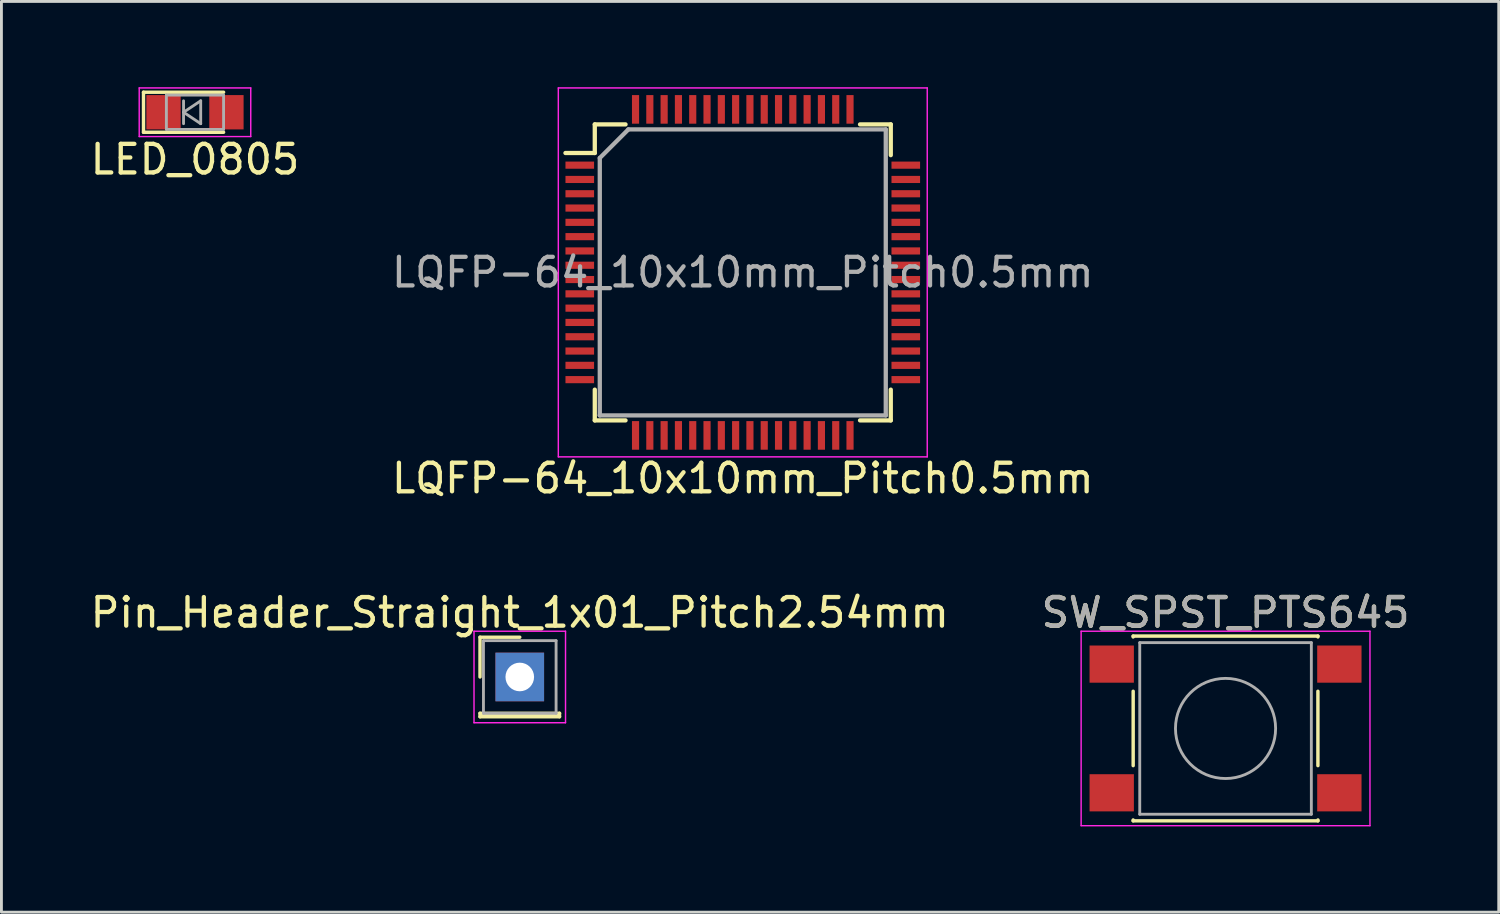
<source format=kicad_pcb>
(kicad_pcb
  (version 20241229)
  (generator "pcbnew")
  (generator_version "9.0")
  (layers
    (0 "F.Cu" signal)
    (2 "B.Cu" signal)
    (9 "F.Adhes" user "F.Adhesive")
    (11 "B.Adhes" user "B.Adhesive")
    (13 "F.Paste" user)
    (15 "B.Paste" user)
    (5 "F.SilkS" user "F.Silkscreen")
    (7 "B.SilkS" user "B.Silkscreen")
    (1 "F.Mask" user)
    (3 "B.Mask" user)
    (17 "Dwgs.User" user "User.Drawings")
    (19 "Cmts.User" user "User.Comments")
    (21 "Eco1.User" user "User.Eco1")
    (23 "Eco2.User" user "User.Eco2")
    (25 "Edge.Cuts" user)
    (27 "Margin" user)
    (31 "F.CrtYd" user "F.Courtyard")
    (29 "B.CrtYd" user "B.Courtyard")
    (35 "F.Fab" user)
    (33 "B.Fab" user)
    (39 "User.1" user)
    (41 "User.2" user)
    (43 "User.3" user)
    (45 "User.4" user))
  (footprint "LED_0805"
    (layer "F.Cu")
    (at 3.768 0.875)
    (property "Reference" "LED_0805" (at 0 1.65 0) (layer "F.SilkS") (effects (font (size 1 1) (thickness 0.15))))
    (attr smd)
    (fp_line (start -1.8 -0.7) (end -1.8 0.7) (stroke (width 0.12) (type solid)) (layer "F.SilkS"))
    (fp_line (start -1.8 -0.7) (end 1 -0.7) (stroke (width 0.12) (type solid)) (layer "F.SilkS"))
    (fp_line (start -1.8 0.7) (end 1 0.7) (stroke (width 0.12) (type solid)) (layer "F.SilkS"))
    (fp_line (start -1.95 -0.85) (end 1.95 -0.85) (stroke (width 0.05) (type solid)) (layer "F.CrtYd"))
    (fp_line (start -1.95 0.85) (end -1.95 -0.85) (stroke (width 0.05) (type solid)) (layer "F.CrtYd"))
    (fp_line (start 1.95 -0.85) (end 1.95 0.85) (stroke (width 0.05) (type solid)) (layer "F.CrtYd"))
    (fp_line (start 1.95 0.85) (end -1.95 0.85) (stroke (width 0.05) (type solid)) (layer "F.CrtYd"))
    (fp_line (start -1 -0.6) (end 1 -0.6) (stroke (width 0.1) (type solid)) (layer "F.Fab"))
    (fp_line (start -1 0.6) (end -1 -0.6) (stroke (width 0.1) (type solid)) (layer "F.Fab"))
    (fp_line (start -0.4 -0.4) (end -0.4 0.4) (stroke (width 0.1) (type solid)) (layer "F.Fab"))
    (fp_line (start -0.4 0) (end 0.2 -0.4) (stroke (width 0.1) (type solid)) (layer "F.Fab"))
    (fp_line (start 0.2 -0.4) (end 0.2 0.4) (stroke (width 0.1) (type solid)) (layer "F.Fab"))
    (fp_line (start 0.2 0.4) (end -0.4 0) (stroke (width 0.1) (type solid)) (layer "F.Fab"))
    (fp_line (start 1 -0.6) (end 1 0.6) (stroke (width 0.1) (type solid)) (layer "F.Fab"))
    (fp_line (start 1 0.6) (end -1 0.6) (stroke (width 0.1) (type solid)) (layer "F.Fab"))
    (pad "1" smd rect (at -1.1 0 180) (size 1.2 1.2) (layers "F.Cu" "F.Mask" "F.Paste"))
    (pad "2" smd rect (at 1.1 0 180) (size 1.2 1.2) (layers "F.Cu" "F.Mask" "F.Paste")))
  (footprint "SW_SPST_PTS645"
    (layer "F.Cu")
    (at 39.804 22.422)
    (property "Reference" "SW_SPST_PTS645" (at 0 -4.05 0) (layer "F.SilkS") (effects (font (size 1 1) (thickness 0.15))))
    (attr smd)
    (fp_line (start -3.23 -3.23) (end 3.23 -3.23) (stroke (width 0.12) (type solid)) (layer "F.SilkS"))
    (fp_line (start -3.23 -3.2) (end -3.23 -3.23) (stroke (width 0.12) (type solid)) (layer "F.SilkS"))
    (fp_line (start -3.23 -1.3) (end -3.23 1.3) (stroke (width 0.12) (type solid)) (layer "F.SilkS"))
    (fp_line (start -3.23 3.23) (end -3.23 3.2) (stroke (width 0.12) (type solid)) (layer "F.SilkS"))
    (fp_line (start -3.23 3.23) (end 3.23 3.23) (stroke (width 0.12) (type solid)) (layer "F.SilkS"))
    (fp_line (start 3.23 -3.23) (end 3.23 -3.2) (stroke (width 0.12) (type solid)) (layer "F.SilkS"))
    (fp_line (start 3.23 -1.3) (end 3.23 1.3) (stroke (width 0.12) (type solid)) (layer "F.SilkS"))
    (fp_line (start 3.23 3.23) (end 3.23 3.2) (stroke (width 0.12) (type solid)) (layer "F.SilkS"))
    (fp_line (start -5.05 -3.4) (end -5.05 3.4) (stroke (width 0.05) (type solid)) (layer "F.CrtYd"))
    (fp_line (start -5.05 -3.4) (end 5.05 -3.4) (stroke (width 0.05) (type solid)) (layer "F.CrtYd"))
    (fp_line (start -5.05 3.4) (end 5.05 3.4) (stroke (width 0.05) (type solid)) (layer "F.CrtYd"))
    (fp_line (start 5.05 3.4) (end 5.05 -3.4) (stroke (width 0.05) (type solid)) (layer "F.CrtYd"))
    (fp_line (start -3 -3) (end -3 3) (stroke (width 0.1) (type solid)) (layer "F.Fab"))
    (fp_line (start -3 3) (end 3 3) (stroke (width 0.1) (type solid)) (layer "F.Fab"))
    (fp_line (start 3 -3) (end -3 -3) (stroke (width 0.1) (type solid)) (layer "F.Fab"))
    (fp_line (start 3 3) (end 3 -3) (stroke (width 0.1) (type solid)) (layer "F.Fab"))
    (fp_circle (center 0 0) (end 1.75 -0.05) (stroke (width 0.1) (type solid)) (fill no) (layer "F.Fab"))
    (fp_text user "${REFERENCE}" (at 0 -4.05 0) (layer "F.Fab") (effects (font (size 1 1) (thickness 0.15))))
    (pad "1" smd rect (at -3.98 -2.25) (size 1.55 1.3) (layers "F.Cu" "F.Mask" "F.Paste"))
    (pad "1" smd rect (at 3.98 -2.25) (size 1.55 1.3) (layers "F.Cu" "F.Mask" "F.Paste"))
    (pad "2" smd rect (at -3.98 2.25) (size 1.55 1.3) (layers "F.Cu" "F.Mask" "F.Paste"))
    (pad "2" smd rect (at 3.98 2.25) (size 1.55 1.3) (layers "F.Cu" "F.Mask" "F.Paste")))
  (footprint "LQFP-64_10x10mm_Pitch0.5mm"
    (layer "F.Cu")
    (at 22.923 6.475)
    (property "Reference" "LQFP-64_10x10mm_Pitch0.5mm" (at 0 7.2 0) (layer "F.SilkS") (effects (font (size 1 1) (thickness 0.15))))
    (attr smd)
    (fp_line (start -5.175 -5.175) (end -5.175 -4.175) (stroke (width 0.15) (type solid)) (layer "F.SilkS"))
    (fp_line (start -5.175 -5.175) (end -4.1 -5.175) (stroke (width 0.15) (type solid)) (layer "F.SilkS"))
    (fp_line (start -5.175 -4.175) (end -6.2 -4.175) (stroke (width 0.15) (type solid)) (layer "F.SilkS"))
    (fp_line (start -5.175 5.175) (end -5.175 4.1) (stroke (width 0.15) (type solid)) (layer "F.SilkS"))
    (fp_line (start -5.175 5.175) (end -4.1 5.175) (stroke (width 0.15) (type solid)) (layer "F.SilkS"))
    (fp_line (start 5.175 -5.175) (end 4.1 -5.175) (stroke (width 0.15) (type solid)) (layer "F.SilkS"))
    (fp_line (start 5.175 -5.175) (end 5.175 -4.1) (stroke (width 0.15) (type solid)) (layer "F.SilkS"))
    (fp_line (start 5.175 5.175) (end 4.1 5.175) (stroke (width 0.15) (type solid)) (layer "F.SilkS"))
    (fp_line (start 5.175 5.175) (end 5.175 4.1) (stroke (width 0.15) (type solid)) (layer "F.SilkS"))
    (fp_line (start -6.45 -6.45) (end -6.45 6.45) (stroke (width 0.05) (type solid)) (layer "F.CrtYd"))
    (fp_line (start -6.45 -6.45) (end 6.45 -6.45) (stroke (width 0.05) (type solid)) (layer "F.CrtYd"))
    (fp_line (start -6.45 6.45) (end 6.45 6.45) (stroke (width 0.05) (type solid)) (layer "F.CrtYd"))
    (fp_line (start 6.45 -6.45) (end 6.45 6.45) (stroke (width 0.05) (type solid)) (layer "F.CrtYd"))
    (fp_line (start -5 -4) (end -4 -5) (stroke (width 0.15) (type solid)) (layer "F.Fab"))
    (fp_line (start -5 5) (end -5 -4) (stroke (width 0.15) (type solid)) (layer "F.Fab"))
    (fp_line (start -4 -5) (end 5 -5) (stroke (width 0.15) (type solid)) (layer "F.Fab"))
    (fp_line (start 5 -5) (end 5 5) (stroke (width 0.15) (type solid)) (layer "F.Fab"))
    (fp_line (start 5 5) (end -5 5) (stroke (width 0.15) (type solid)) (layer "F.Fab"))
    (fp_text user "${REFERENCE}" (at 0 0 0) (layer "F.Fab") (effects (font (size 1 1) (thickness 0.15))))
    (pad "1" smd rect (at -5.7 -3.75) (size 1 0.25) (layers "F.Cu" "F.Mask" "F.Paste"))
    (pad "2" smd rect (at -5.7 -3.25) (size 1 0.25) (layers "F.Cu" "F.Mask" "F.Paste"))
    (pad "3" smd rect (at -5.7 -2.75) (size 1 0.25) (layers "F.Cu" "F.Mask" "F.Paste"))
    (pad "4" smd rect (at -5.7 -2.25) (size 1 0.25) (layers "F.Cu" "F.Mask" "F.Paste"))
    (pad "5" smd rect (at -5.7 -1.75) (size 1 0.25) (layers "F.Cu" "F.Mask" "F.Paste"))
    (pad "6" smd rect (at -5.7 -1.25) (size 1 0.25) (layers "F.Cu" "F.Mask" "F.Paste"))
    (pad "7" smd rect (at -5.7 -0.75) (size 1 0.25) (layers "F.Cu" "F.Mask" "F.Paste"))
    (pad "8" smd rect (at -5.7 -0.25) (size 1 0.25) (layers "F.Cu" "F.Mask" "F.Paste"))
    (pad "9" smd rect (at -5.7 0.25) (size 1 0.25) (layers "F.Cu" "F.Mask" "F.Paste"))
    (pad "10" smd rect (at -5.7 0.75) (size 1 0.25) (layers "F.Cu" "F.Mask" "F.Paste"))
    (pad "11" smd rect (at -5.7 1.25) (size 1 0.25) (layers "F.Cu" "F.Mask" "F.Paste"))
    (pad "12" smd rect (at -5.7 1.75) (size 1 0.25) (layers "F.Cu" "F.Mask" "F.Paste"))
    (pad "13" smd rect (at -5.7 2.25) (size 1 0.25) (layers "F.Cu" "F.Mask" "F.Paste"))
    (pad "14" smd rect (at -5.7 2.75) (size 1 0.25) (layers "F.Cu" "F.Mask" "F.Paste"))
    (pad "15" smd rect (at -5.7 3.25) (size 1 0.25) (layers "F.Cu" "F.Mask" "F.Paste"))
    (pad "16" smd rect (at -5.7 3.75) (size 1 0.25) (layers "F.Cu" "F.Mask" "F.Paste"))
    (pad "17" smd rect (at -3.75 5.7 90) (size 1 0.25) (layers "F.Cu" "F.Mask" "F.Paste"))
    (pad "18" smd rect (at -3.25 5.7 90) (size 1 0.25) (layers "F.Cu" "F.Mask" "F.Paste"))
    (pad "19" smd rect (at -2.75 5.7 90) (size 1 0.25) (layers "F.Cu" "F.Mask" "F.Paste"))
    (pad "20" smd rect (at -2.25 5.7 90) (size 1 0.25) (layers "F.Cu" "F.Mask" "F.Paste"))
    (pad "21" smd rect (at -1.75 5.7 90) (size 1 0.25) (layers "F.Cu" "F.Mask" "F.Paste"))
    (pad "22" smd rect (at -1.25 5.7 90) (size 1 0.25) (layers "F.Cu" "F.Mask" "F.Paste"))
    (pad "23" smd rect (at -0.75 5.7 90) (size 1 0.25) (layers "F.Cu" "F.Mask" "F.Paste"))
    (pad "24" smd rect (at -0.25 5.7 90) (size 1 0.25) (layers "F.Cu" "F.Mask" "F.Paste"))
    (pad "25" smd rect (at 0.25 5.7 90) (size 1 0.25) (layers "F.Cu" "F.Mask" "F.Paste"))
    (pad "26" smd rect (at 0.75 5.7 90) (size 1 0.25) (layers "F.Cu" "F.Mask" "F.Paste"))
    (pad "27" smd rect (at 1.25 5.7 90) (size 1 0.25) (layers "F.Cu" "F.Mask" "F.Paste"))
    (pad "28" smd rect (at 1.75 5.7 90) (size 1 0.25) (layers "F.Cu" "F.Mask" "F.Paste"))
    (pad "29" smd rect (at 2.25 5.7 90) (size 1 0.25) (layers "F.Cu" "F.Mask" "F.Paste"))
    (pad "30" smd rect (at 2.75 5.7 90) (size 1 0.25) (layers "F.Cu" "F.Mask" "F.Paste"))
    (pad "31" smd rect (at 3.25 5.7 90) (size 1 0.25) (layers "F.Cu" "F.Mask" "F.Paste"))
    (pad "32" smd rect (at 3.75 5.7 90) (size 1 0.25) (layers "F.Cu" "F.Mask" "F.Paste"))
    (pad "33" smd rect (at 5.7 3.75) (size 1 0.25) (layers "F.Cu" "F.Mask" "F.Paste"))
    (pad "34" smd rect (at 5.7 3.25) (size 1 0.25) (layers "F.Cu" "F.Mask" "F.Paste"))
    (pad "35" smd rect (at 5.7 2.75) (size 1 0.25) (layers "F.Cu" "F.Mask" "F.Paste"))
    (pad "36" smd rect (at 5.7 2.25) (size 1 0.25) (layers "F.Cu" "F.Mask" "F.Paste"))
    (pad "37" smd rect (at 5.7 1.75) (size 1 0.25) (layers "F.Cu" "F.Mask" "F.Paste"))
    (pad "38" smd rect (at 5.7 1.25) (size 1 0.25) (layers "F.Cu" "F.Mask" "F.Paste"))
    (pad "39" smd rect (at 5.7 0.75) (size 1 0.25) (layers "F.Cu" "F.Mask" "F.Paste"))
    (pad "40" smd rect (at 5.7 0.25) (size 1 0.25) (layers "F.Cu" "F.Mask" "F.Paste"))
    (pad "41" smd rect (at 5.7 -0.25) (size 1 0.25) (layers "F.Cu" "F.Mask" "F.Paste"))
    (pad "42" smd rect (at 5.7 -0.75) (size 1 0.25) (layers "F.Cu" "F.Mask" "F.Paste"))
    (pad "43" smd rect (at 5.7 -1.25) (size 1 0.25) (layers "F.Cu" "F.Mask" "F.Paste"))
    (pad "44" smd rect (at 5.7 -1.75) (size 1 0.25) (layers "F.Cu" "F.Mask" "F.Paste"))
    (pad "45" smd rect (at 5.7 -2.25) (size 1 0.25) (layers "F.Cu" "F.Mask" "F.Paste"))
    (pad "46" smd rect (at 5.7 -2.75) (size 1 0.25) (layers "F.Cu" "F.Mask" "F.Paste"))
    (pad "47" smd rect (at 5.7 -3.25) (size 1 0.25) (layers "F.Cu" "F.Mask" "F.Paste"))
    (pad "48" smd rect (at 5.7 -3.75) (size 1 0.25) (layers "F.Cu" "F.Mask" "F.Paste"))
    (pad "49" smd rect (at 3.75 -5.7 90) (size 1 0.25) (layers "F.Cu" "F.Mask" "F.Paste"))
    (pad "50" smd rect (at 3.25 -5.7 90) (size 1 0.25) (layers "F.Cu" "F.Mask" "F.Paste"))
    (pad "51" smd rect (at 2.75 -5.7 90) (size 1 0.25) (layers "F.Cu" "F.Mask" "F.Paste"))
    (pad "52" smd rect (at 2.25 -5.7 90) (size 1 0.25) (layers "F.Cu" "F.Mask" "F.Paste"))
    (pad "53" smd rect (at 1.75 -5.7 90) (size 1 0.25) (layers "F.Cu" "F.Mask" "F.Paste"))
    (pad "54" smd rect (at 1.25 -5.7 90) (size 1 0.25) (layers "F.Cu" "F.Mask" "F.Paste"))
    (pad "55" smd rect (at 0.75 -5.7 90) (size 1 0.25) (layers "F.Cu" "F.Mask" "F.Paste"))
    (pad "56" smd rect (at 0.25 -5.7 90) (size 1 0.25) (layers "F.Cu" "F.Mask" "F.Paste"))
    (pad "57" smd rect (at -0.25 -5.7 90) (size 1 0.25) (layers "F.Cu" "F.Mask" "F.Paste"))
    (pad "58" smd rect (at -0.75 -5.7 90) (size 1 0.25) (layers "F.Cu" "F.Mask" "F.Paste"))
    (pad "59" smd rect (at -1.25 -5.7 90) (size 1 0.25) (layers "F.Cu" "F.Mask" "F.Paste"))
    (pad "60" smd rect (at -1.75 -5.7 90) (size 1 0.25) (layers "F.Cu" "F.Mask" "F.Paste"))
    (pad "61" smd rect (at -2.25 -5.7 90) (size 1 0.25) (layers "F.Cu" "F.Mask" "F.Paste"))
    (pad "62" smd rect (at -2.75 -5.7 90) (size 1 0.25) (layers "F.Cu" "F.Mask" "F.Paste"))
    (pad "63" smd rect (at -3.25 -5.7 90) (size 1 0.25) (layers "F.Cu" "F.Mask" "F.Paste"))
    (pad "64" smd rect (at -3.75 -5.7 90) (size 1 0.25) (layers "F.Cu" "F.Mask" "F.Paste")))
  (footprint "Pin_Header_Straight_1x01_Pitch2.54mm"
    (layer "F.Cu")
    (at 15.125 20.622)
    (property "Reference" "Pin_Header_Straight_1x01_Pitch2.54mm" (at 0 -2.25 0) (layer "F.SilkS") (effects (font (size 1 1) (thickness 0.15))))
    (attr through_hole)
    (fp_line (start -1.39 -1.39) (end 0 -1.39) (stroke (width 0.12) (type solid)) (layer "F.SilkS"))
    (fp_line (start -1.39 0) (end -1.39 -1.39) (stroke (width 0.12) (type solid)) (layer "F.SilkS"))
    (fp_line (start -1.39 1.27) (end -1.39 1.39) (stroke (width 0.12) (type solid)) (layer "F.SilkS"))
    (fp_line (start -1.39 1.39) (end 1.39 1.39) (stroke (width 0.12) (type solid)) (layer "F.SilkS"))
    (fp_line (start 1.39 1.27) (end -1.39 1.27) (stroke (width 0.12) (type solid)) (layer "F.SilkS"))
    (fp_line (start 1.39 1.39) (end 1.39 1.27) (stroke (width 0.12) (type solid)) (layer "F.SilkS"))
    (fp_line (start -1.6 -1.6) (end -1.6 1.6) (stroke (width 0.05) (type solid)) (layer "F.CrtYd"))
    (fp_line (start -1.6 1.6) (end 1.6 1.6) (stroke (width 0.05) (type solid)) (layer "F.CrtYd"))
    (fp_line (start 1.6 -1.6) (end -1.6 -1.6) (stroke (width 0.05) (type solid)) (layer "F.CrtYd"))
    (fp_line (start 1.6 1.6) (end 1.6 -1.6) (stroke (width 0.05) (type solid)) (layer "F.CrtYd"))
    (fp_line (start -1.27 -1.27) (end -1.27 1.27) (stroke (width 0.1) (type solid)) (layer "F.Fab"))
    (fp_line (start -1.27 1.27) (end 1.27 1.27) (stroke (width 0.1) (type solid)) (layer "F.Fab"))
    (fp_line (start 1.27 -1.27) (end -1.27 -1.27) (stroke (width 0.1) (type solid)) (layer "F.Fab"))
    (fp_line (start 1.27 1.27) (end 1.27 -1.27) (stroke (width 0.1) (type solid)) (layer "F.Fab"))
    (pad "1" thru_hole rect (at 0 0) (size 1.7 1.7) (drill 1) (layers "*.Cu" "*.Mask")))
  (gr_rect
    (start -3 -3)
    (end 49.357 28.846)
    (stroke (width 0.1) (type default))
    (fill no)
    (layer "Edge.Cuts")))
</source>
